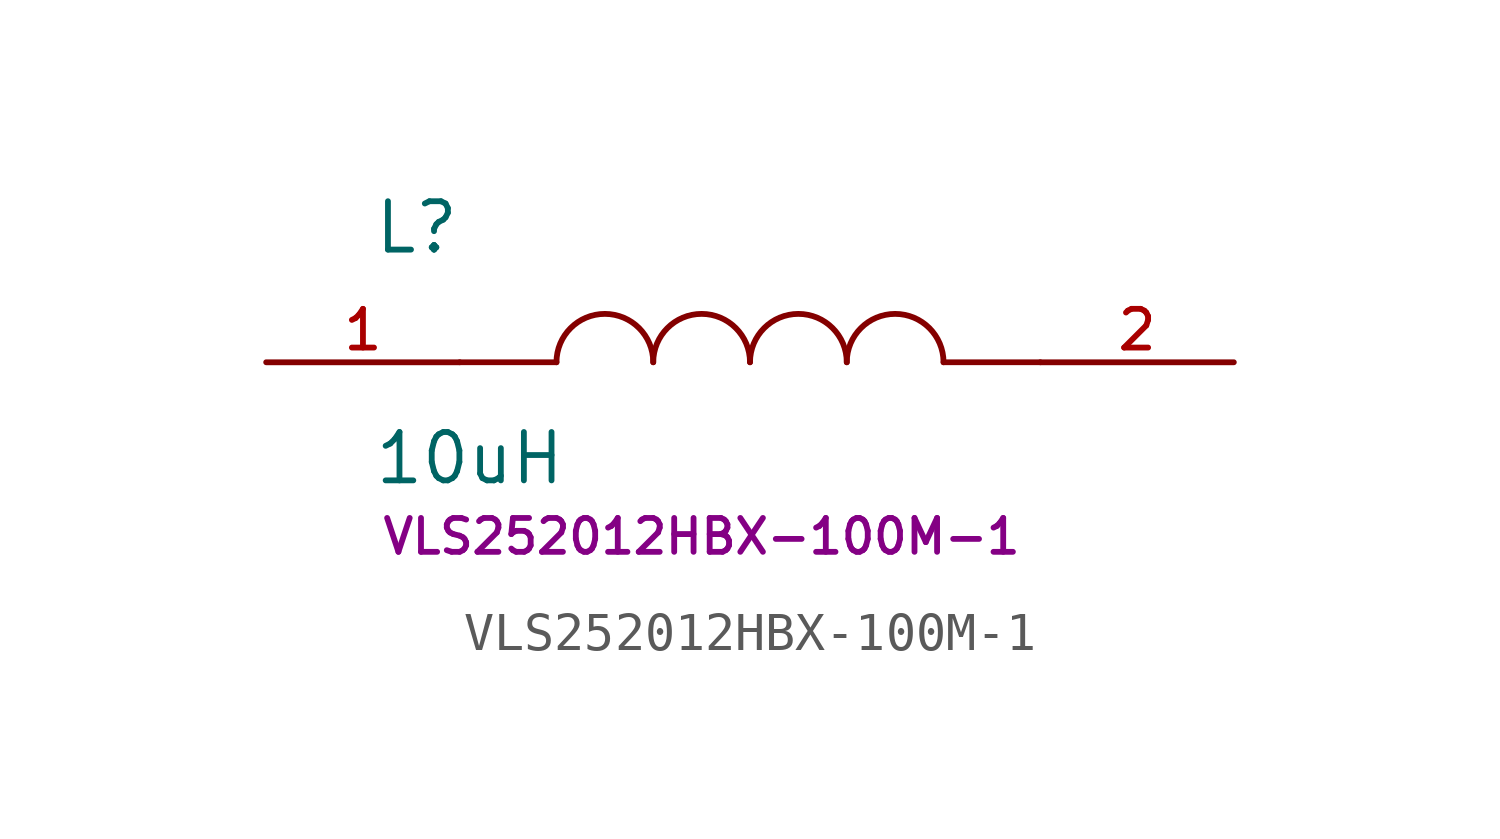
<source format=kicad_sym>
(kicad_symbol_lib
  (version 20241209)
  (generator "kicad_symbol_editor")
  (generator_version "9.0")
  (symbol "VLS252012HBX-100M-1"
    (pin_names
      (offset 1.016))
    (property "Reference" "L"
      (at -9.906 2.794 0)
      (effects (font (size 1.27 1.27)) (justify left bottom)))
    (property "Value" "10uH"
      (at -9.906 -1.778 0)
      (effects (font (size 1.27 1.27)) (justify left top)))
    (property "Footprint Name" "VLS252012HBX-100M-1"
      (at -1.27 -4.572 0)
      (effects (font (size 0.889 0.889))))
    (symbol "VLS252012HBX-100M-1_0_0"
      (pin passive line (at -12.7 0 0) (length 5.08) (name "~" (effects (font (size 1.016 1.016)))) (number "1" (effects (font (size 1.016 1.016)))))
      (pin passive line (at 12.7 0 180) (length 5.08) (name "~" (effects (font (size 1.016 1.016)))) (number "2" (effects (font (size 1.016 1.016))))))
    (symbol "VLS252012HBX-100M-1_1_0"
      (polyline (pts (xy -5.08 0) (xy -7.62 0)) (stroke (width 0.152) (type solid)) (fill (type none)))
      (arc (start -5.08 0) (mid -3.81 1.2645) (end -2.54 0) (stroke (width 0.1524) (type solid)) (fill (type none)))
      (arc (start -2.54 0) (mid -1.27 1.2645) (end 0 0) (stroke (width 0.1524) (type solid)) (fill (type none)))
      (arc (start 0 0) (mid 1.27 1.2645) (end 2.54 0) (stroke (width 0.1524) (type solid)) (fill (type none)))
      (arc (start 2.54 0) (mid 3.81 1.2645) (end 5.08 0) (stroke (width 0.1524) (type solid)) (fill (type none)))
      (polyline (pts (xy 5.08 0) (xy 7.62 0)) (stroke (width 0.152) (type solid)) (fill (type none))))))
</source>
